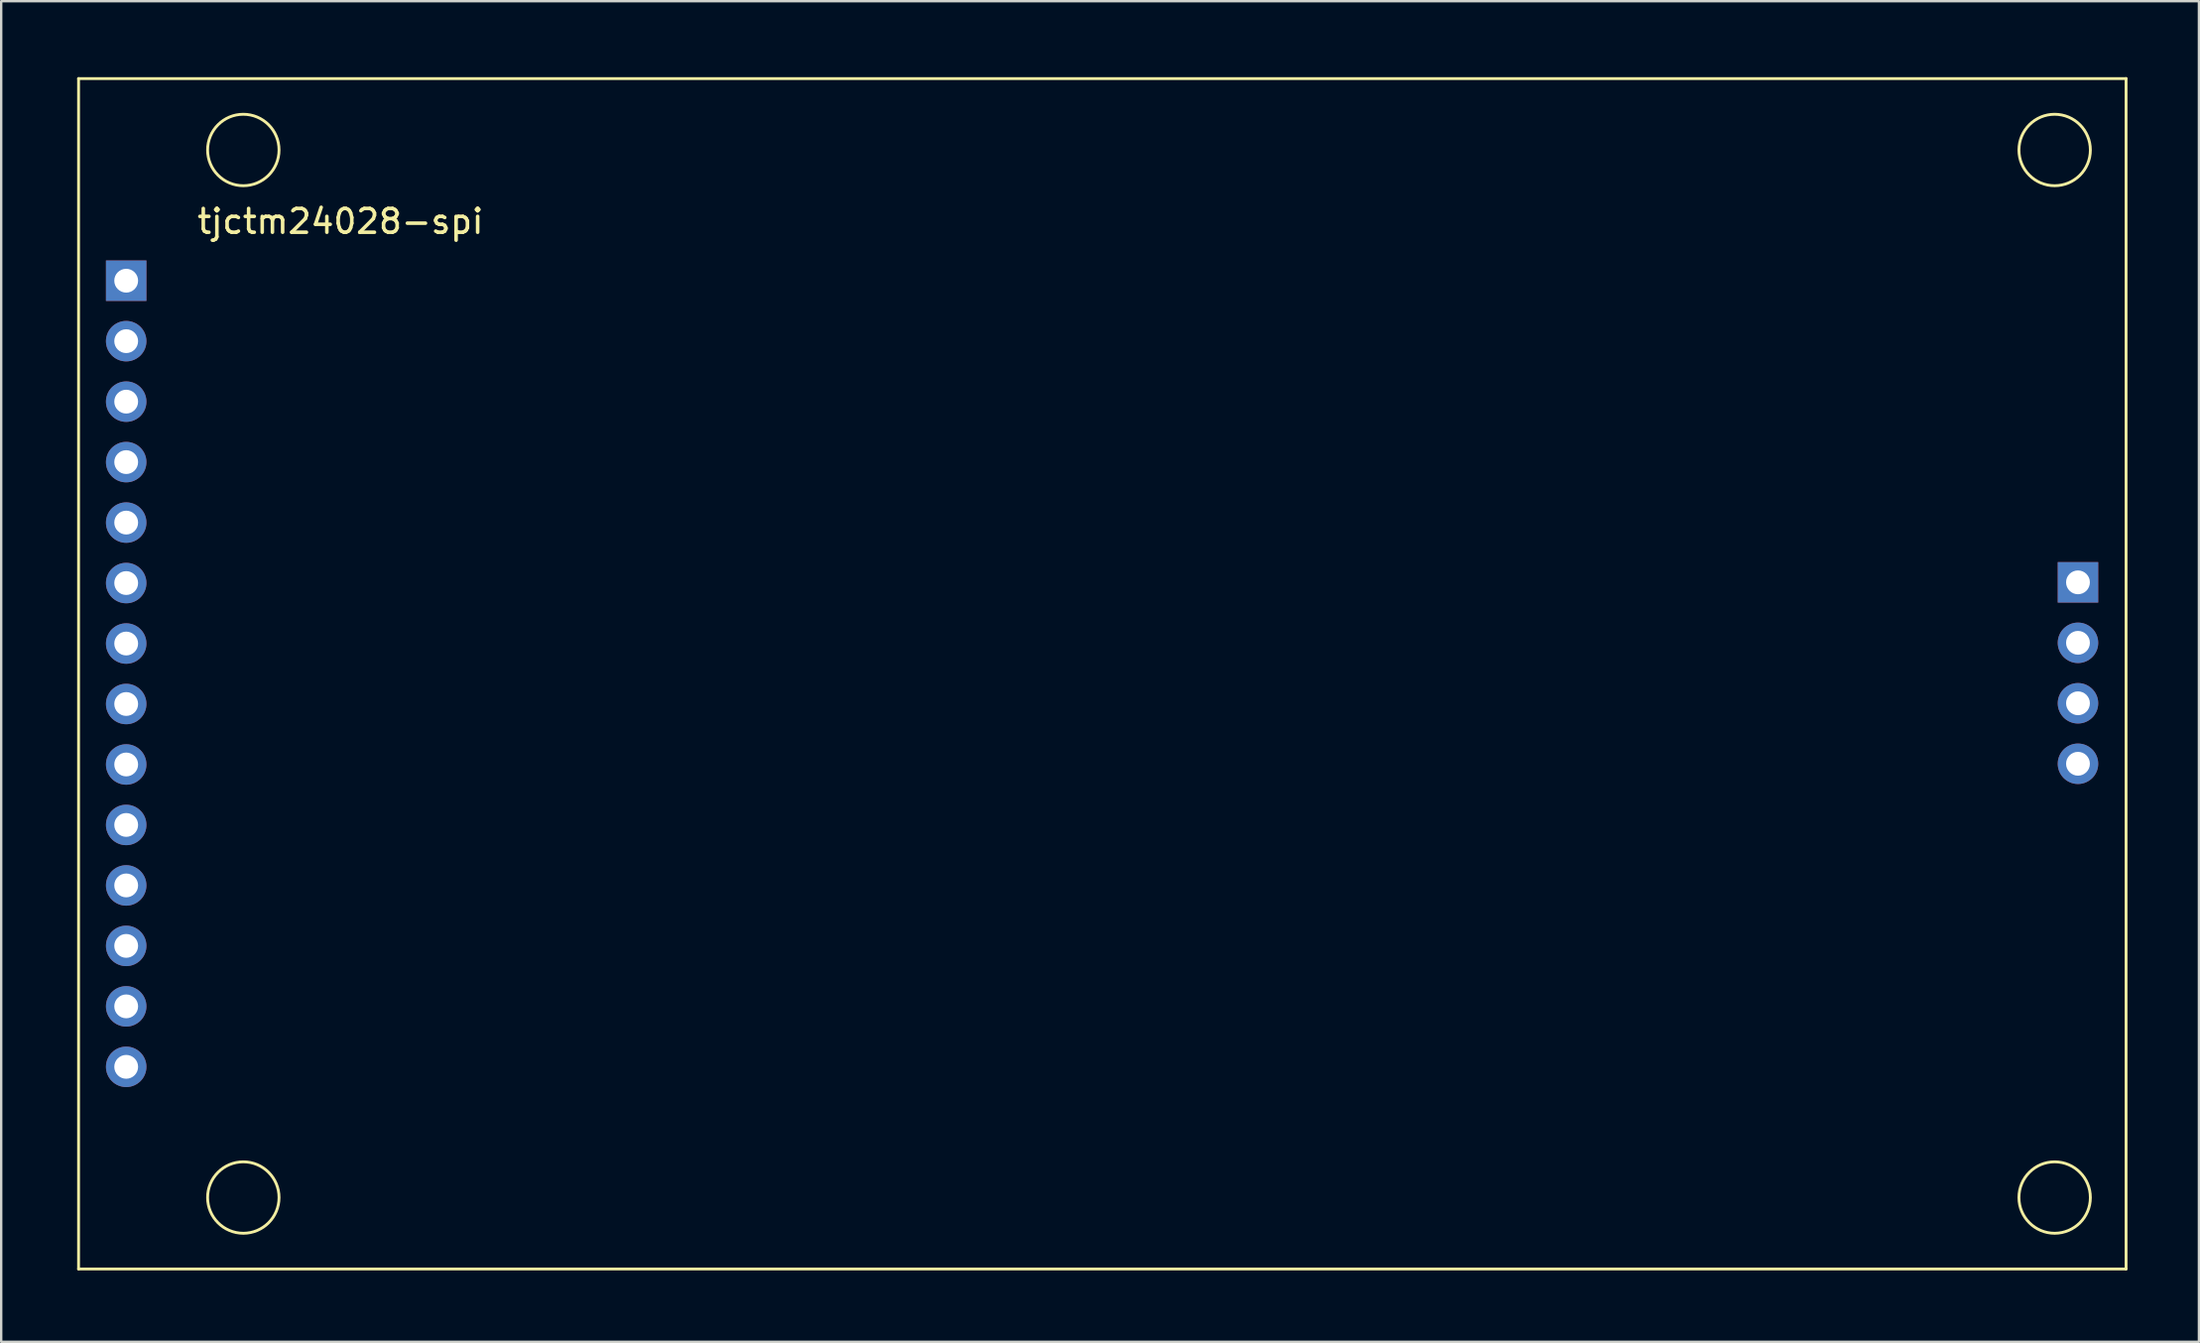
<source format=kicad_pcb>
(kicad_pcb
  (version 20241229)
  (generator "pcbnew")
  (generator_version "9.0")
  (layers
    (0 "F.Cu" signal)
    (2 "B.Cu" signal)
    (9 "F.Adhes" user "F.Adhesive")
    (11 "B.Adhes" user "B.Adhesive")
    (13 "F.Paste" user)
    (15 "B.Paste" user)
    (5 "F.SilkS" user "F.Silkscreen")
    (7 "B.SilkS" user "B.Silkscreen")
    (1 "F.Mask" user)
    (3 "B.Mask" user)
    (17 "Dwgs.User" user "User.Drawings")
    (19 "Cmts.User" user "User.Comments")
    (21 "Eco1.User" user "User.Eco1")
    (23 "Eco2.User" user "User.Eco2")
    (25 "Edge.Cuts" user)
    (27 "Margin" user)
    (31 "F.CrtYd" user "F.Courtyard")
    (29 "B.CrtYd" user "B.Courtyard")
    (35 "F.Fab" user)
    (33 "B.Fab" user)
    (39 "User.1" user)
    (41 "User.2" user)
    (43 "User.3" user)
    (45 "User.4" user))
  (footprint "tjctm24028-spi"
    (layer "F.Cu")
    (at 0.25 0.25)
    (property "Reference" "tjctm24028-spi" (at 11 6 0) (layer "F.SilkS") (effects (font (size 1 1) (thickness 0.15))))
    (attr through_hole)
    (fp_line (start 0 0) (end 86 0) (stroke (width 0.12) (type solid)) (layer "F.SilkS"))
    (fp_line (start 0 50) (end 0 0) (stroke (width 0.12) (type solid)) (layer "F.SilkS"))
    (fp_line (start 86 0) (end 86 50) (stroke (width 0.12) (type solid)) (layer "F.SilkS"))
    (fp_line (start 86 50) (end 0 50) (stroke (width 0.12) (type solid)) (layer "F.SilkS"))
    (fp_circle (center 6.92 3) (end 8.42 3) (stroke (width 0.12) (type solid)) (fill no) (layer "F.SilkS"))
    (fp_circle (center 6.92 47) (end 8.42 47) (stroke (width 0.12) (type solid)) (fill no) (layer "F.SilkS"))
    (fp_circle (center 83 3) (end 84.5 3) (stroke (width 0.12) (type solid)) (fill no) (layer "F.SilkS"))
    (fp_circle (center 83 47) (end 84.5 47) (stroke (width 0.12) (type solid)) (fill no) (layer "F.SilkS"))
    (pad "1" thru_hole rect (at 2 8.49) (size 1.7 1.7) (drill 1) (layers "*.Cu" "*.Mask"))
    (pad "2" thru_hole circle (at 2 11.03) (size 1.7 1.7) (drill 1) (layers "*.Cu" "*.Mask"))
    (pad "3" thru_hole circle (at 2 13.57) (size 1.7 1.7) (drill 1) (layers "*.Cu" "*.Mask"))
    (pad "4" thru_hole circle (at 2 16.11) (size 1.7 1.7) (drill 1) (layers "*.Cu" "*.Mask"))
    (pad "5" thru_hole circle (at 2 18.65) (size 1.7 1.7) (drill 1) (layers "*.Cu" "*.Mask"))
    (pad "6" thru_hole circle (at 2 21.19) (size 1.7 1.7) (drill 1) (layers "*.Cu" "*.Mask"))
    (pad "7" thru_hole circle (at 2 23.73) (size 1.7 1.7) (drill 1) (layers "*.Cu" "*.Mask"))
    (pad "8" thru_hole circle (at 2 26.27) (size 1.7 1.7) (drill 1) (layers "*.Cu" "*.Mask"))
    (pad "9" thru_hole circle (at 2 28.81) (size 1.7 1.7) (drill 1) (layers "*.Cu" "*.Mask"))
    (pad "10" thru_hole circle (at 2 31.35) (size 1.7 1.7) (drill 1) (layers "*.Cu" "*.Mask"))
    (pad "11" thru_hole circle (at 2 33.89) (size 1.7 1.7) (drill 1) (layers "*.Cu" "*.Mask"))
    (pad "12" thru_hole circle (at 2 36.43) (size 1.7 1.7) (drill 1) (layers "*.Cu" "*.Mask"))
    (pad "13" thru_hole circle (at 2 38.97) (size 1.7 1.7) (drill 1) (layers "*.Cu" "*.Mask"))
    (pad "14" thru_hole circle (at 2 41.51) (size 1.7 1.7) (drill 1) (layers "*.Cu" "*.Mask"))
    (pad "15" thru_hole rect (at 83.98 21.16) (size 1.7 1.7) (drill 1) (layers "*.Cu" "*.Mask"))
    (pad "16" thru_hole circle (at 83.98 23.7) (size 1.7 1.7) (drill 1) (layers "*.Cu" "*.Mask"))
    (pad "17" thru_hole circle (at 83.98 26.24) (size 1.7 1.7) (drill 1) (layers "*.Cu" "*.Mask"))
    (pad "18" thru_hole circle (at 83.98 28.78) (size 1.7 1.7) (drill 1) (layers "*.Cu" "*.Mask")))
  (gr_rect
    (start -3 -3)
    (end 89.31 53.31)
    (stroke (width 0.1) (type default))
    (fill no)
    (layer "Edge.Cuts")))
</source>
